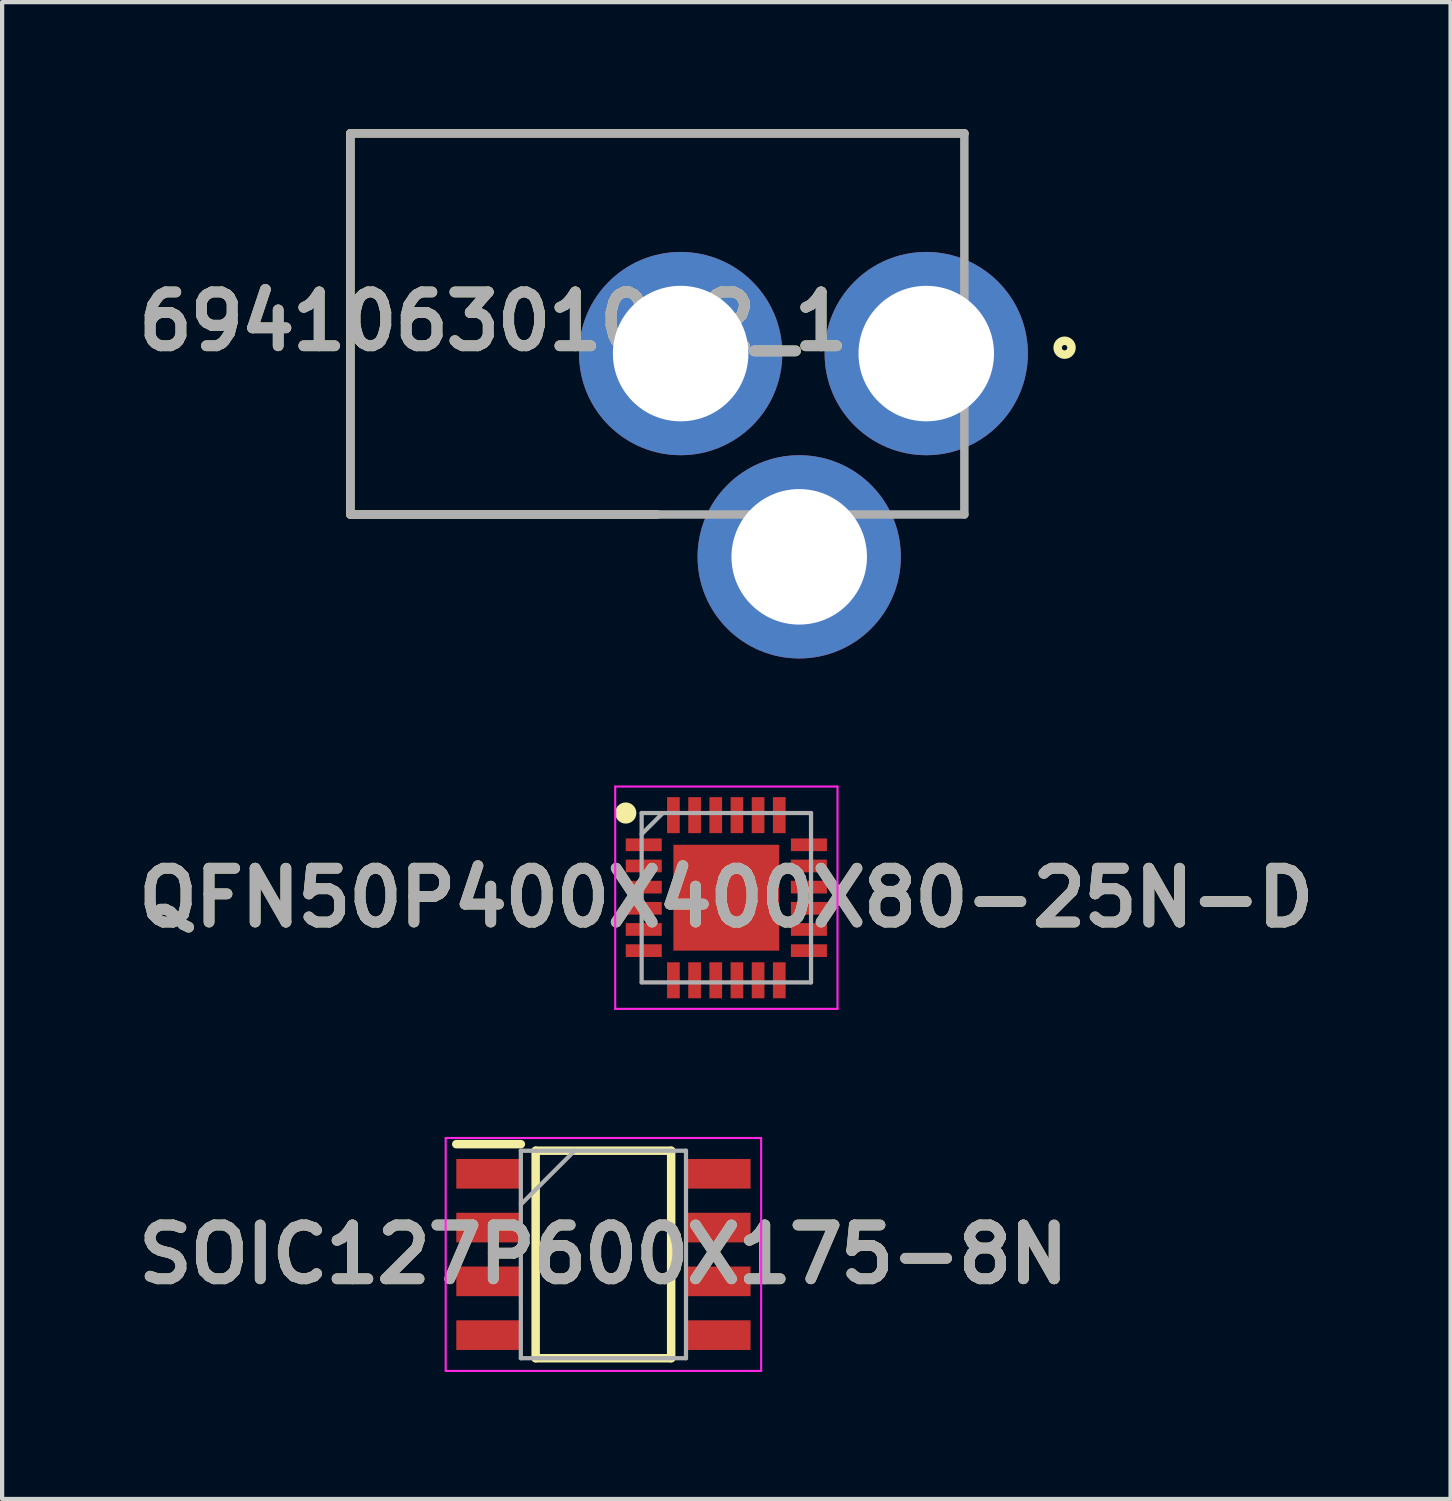
<source format=kicad_pcb>
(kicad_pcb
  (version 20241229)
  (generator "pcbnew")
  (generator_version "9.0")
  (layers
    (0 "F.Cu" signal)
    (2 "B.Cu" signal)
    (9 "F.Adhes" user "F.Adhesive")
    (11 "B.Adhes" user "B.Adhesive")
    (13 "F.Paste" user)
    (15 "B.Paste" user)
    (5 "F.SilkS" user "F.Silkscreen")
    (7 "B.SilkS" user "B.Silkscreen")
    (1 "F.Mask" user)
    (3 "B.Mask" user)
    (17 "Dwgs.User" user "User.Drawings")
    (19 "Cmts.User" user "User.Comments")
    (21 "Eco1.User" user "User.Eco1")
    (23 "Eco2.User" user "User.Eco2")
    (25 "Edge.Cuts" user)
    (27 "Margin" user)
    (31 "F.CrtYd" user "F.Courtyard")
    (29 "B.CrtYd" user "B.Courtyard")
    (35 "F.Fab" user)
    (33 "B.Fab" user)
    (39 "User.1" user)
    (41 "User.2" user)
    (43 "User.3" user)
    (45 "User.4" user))
  (footprint "QFN50P400X400X80-25N-D"
    (layer "F.Cu")
    (at 14.103 18.15)
    (property "Reference" "QFN50P400X400X80-25N-D" (at 0 0 0) (layer "F.SilkS") (effects (font (size 1.27 1.27) (thickness 0.254))))
    (attr smd)
    (fp_circle (center -2.375 -2) (end -2.375 -1.875) (stroke (width 0.25) (type solid)) (fill no) (layer "F.SilkS"))
    (fp_line (start -2.625 -2.625) (end 2.625 -2.625) (stroke (width 0.05) (type solid)) (layer "F.CrtYd"))
    (fp_line (start -2.625 2.625) (end -2.625 -2.625) (stroke (width 0.05) (type solid)) (layer "F.CrtYd"))
    (fp_line (start 2.625 -2.625) (end 2.625 2.625) (stroke (width 0.05) (type solid)) (layer "F.CrtYd"))
    (fp_line (start 2.625 2.625) (end -2.625 2.625) (stroke (width 0.05) (type solid)) (layer "F.CrtYd"))
    (fp_line (start -2 -2) (end 2 -2) (stroke (width 0.1) (type solid)) (layer "F.Fab"))
    (fp_line (start -2 -1.5) (end -1.5 -2) (stroke (width 0.1) (type solid)) (layer "F.Fab"))
    (fp_line (start -2 2) (end -2 -2) (stroke (width 0.1) (type solid)) (layer "F.Fab"))
    (fp_line (start 2 -2) (end 2 2) (stroke (width 0.1) (type solid)) (layer "F.Fab"))
    (fp_line (start 2 2) (end -2 2) (stroke (width 0.1) (type solid)) (layer "F.Fab"))
    (fp_text user "${REFERENCE}" (at 0 0 0) (layer "F.Fab") (effects (font (size 1.27 1.27) (thickness 0.254))))
    (pad "1" smd rect (at -1.95 -1.25 90) (size 0.3 0.85) (layers "F.Cu" "F.Mask" "F.Paste"))
    (pad "2" smd rect (at -1.95 -0.75 90) (size 0.3 0.85) (layers "F.Cu" "F.Mask" "F.Paste"))
    (pad "3" smd rect (at -1.95 -0.25 90) (size 0.3 0.85) (layers "F.Cu" "F.Mask" "F.Paste"))
    (pad "4" smd rect (at -1.95 0.25 90) (size 0.3 0.85) (layers "F.Cu" "F.Mask" "F.Paste"))
    (pad "5" smd rect (at -1.95 0.75 90) (size 0.3 0.85) (layers "F.Cu" "F.Mask" "F.Paste"))
    (pad "6" smd rect (at -1.95 1.25 90) (size 0.3 0.85) (layers "F.Cu" "F.Mask" "F.Paste"))
    (pad "7" smd rect (at -1.25 1.95) (size 0.3 0.85) (layers "F.Cu" "F.Mask" "F.Paste"))
    (pad "8" smd rect (at -0.75 1.95) (size 0.3 0.85) (layers "F.Cu" "F.Mask" "F.Paste"))
    (pad "9" smd rect (at -0.25 1.95) (size 0.3 0.85) (layers "F.Cu" "F.Mask" "F.Paste"))
    (pad "10" smd rect (at 0.25 1.95) (size 0.3 0.85) (layers "F.Cu" "F.Mask" "F.Paste"))
    (pad "11" smd rect (at 0.75 1.95) (size 0.3 0.85) (layers "F.Cu" "F.Mask" "F.Paste"))
    (pad "12" smd rect (at 1.25 1.95) (size 0.3 0.85) (layers "F.Cu" "F.Mask" "F.Paste"))
    (pad "13" smd rect (at 1.95 1.25 90) (size 0.3 0.85) (layers "F.Cu" "F.Mask" "F.Paste"))
    (pad "14" smd rect (at 1.95 0.75 90) (size 0.3 0.85) (layers "F.Cu" "F.Mask" "F.Paste"))
    (pad "15" smd rect (at 1.95 0.25 90) (size 0.3 0.85) (layers "F.Cu" "F.Mask" "F.Paste"))
    (pad "16" smd rect (at 1.95 -0.25 90) (size 0.3 0.85) (layers "F.Cu" "F.Mask" "F.Paste"))
    (pad "17" smd rect (at 1.95 -0.75 90) (size 0.3 0.85) (layers "F.Cu" "F.Mask" "F.Paste"))
    (pad "18" smd rect (at 1.95 -1.25 90) (size 0.3 0.85) (layers "F.Cu" "F.Mask" "F.Paste"))
    (pad "19" smd rect (at 1.25 -1.95) (size 0.3 0.85) (layers "F.Cu" "F.Mask" "F.Paste"))
    (pad "20" smd rect (at 0.75 -1.95) (size 0.3 0.85) (layers "F.Cu" "F.Mask" "F.Paste"))
    (pad "21" smd rect (at 0.25 -1.95) (size 0.3 0.85) (layers "F.Cu" "F.Mask" "F.Paste"))
    (pad "22" smd rect (at -0.25 -1.95) (size 0.3 0.85) (layers "F.Cu" "F.Mask" "F.Paste"))
    (pad "23" smd rect (at -0.75 -1.95) (size 0.3 0.85) (layers "F.Cu" "F.Mask" "F.Paste"))
    (pad "24" smd rect (at -1.25 -1.95) (size 0.3 0.85) (layers "F.Cu" "F.Mask" "F.Paste"))
    (pad "25" smd rect (at 0 0) (size 2.5 2.5) (layers "F.Cu" "F.Mask" "F.Paste")))
  (footprint "694106301002_1"
    (layer "F.Cu")
    (at 5.224 9.1)
    (property "Reference" "694106301002_1" (at 3.376 -4.559 0) (layer "F.SilkS") (effects (font (size 1.27 1.27) (thickness 0.254))))
    (attr through_hole)
    (fp_line (start 0 -9) (end 14.5 -9) (stroke (width 0.2) (type solid)) (layer "F.SilkS"))
    (fp_line (start 0 0) (end 0 -9) (stroke (width 0.2) (type solid)) (layer "F.SilkS"))
    (fp_line (start 7.25 0) (end 0 0) (stroke (width 0.2) (type solid)) (layer "F.SilkS"))
    (fp_circle (center 16.867 -3.939) (end 16.867 -3.875) (stroke (width 0.2) (type solid)) (fill no) (layer "F.SilkS"))
    (fp_line (start 0 -9) (end 14.5 -9) (stroke (width 0.2) (type solid)) (layer "F.Fab"))
    (fp_line (start 0 0) (end 0 -9) (stroke (width 0.2) (type solid)) (layer "F.Fab"))
    (fp_line (start 14.5 -9) (end 14.5 0) (stroke (width 0.2) (type solid)) (layer "F.Fab"))
    (fp_line (start 14.5 0) (end 0 0) (stroke (width 0.2) (type solid)) (layer "F.Fab"))
    (fp_text user "${REFERENCE}" (at 3.376 -4.559 0) (layer "F.Fab") (effects (font (size 1.27 1.27) (thickness 0.254))))
    (pad "1" thru_hole circle (at 13.6 -3.8) (size 4.8 4.8) (drill 3.2) (layers "*.Cu" "*.Mask"))
    (pad "2" thru_hole circle (at 7.8 -3.8) (size 4.8 4.8) (drill 3.2) (layers "*.Cu" "*.Mask"))
    (pad "3" thru_hole circle (at 10.6 1) (size 4.8 4.8) (drill 3.2) (layers "*.Cu" "*.Mask")))
  (footprint "SOIC127P600X175-8N"
    (layer "F.Cu")
    (at 11.2 26.575)
    (property "Reference" "SOIC127P600X175-8N" (at 0 0 0) (layer "F.SilkS") (effects (font (size 1.27 1.27) (thickness 0.254))))
    (attr smd)
    (fp_line (start -3.475 -2.605) (end -1.95 -2.605) (stroke (width 0.2) (type solid)) (layer "F.SilkS"))
    (fp_line (start -1.6 -2.45) (end 1.6 -2.45) (stroke (width 0.2) (type solid)) (layer "F.SilkS"))
    (fp_line (start -1.6 2.45) (end -1.6 -2.45) (stroke (width 0.2) (type solid)) (layer "F.SilkS"))
    (fp_line (start 1.6 -2.45) (end 1.6 2.45) (stroke (width 0.2) (type solid)) (layer "F.SilkS"))
    (fp_line (start 1.6 2.45) (end -1.6 2.45) (stroke (width 0.2) (type solid)) (layer "F.SilkS"))
    (fp_line (start -3.725 -2.75) (end 3.725 -2.75) (stroke (width 0.05) (type solid)) (layer "F.CrtYd"))
    (fp_line (start -3.725 2.75) (end -3.725 -2.75) (stroke (width 0.05) (type solid)) (layer "F.CrtYd"))
    (fp_line (start 3.725 -2.75) (end 3.725 2.75) (stroke (width 0.05) (type solid)) (layer "F.CrtYd"))
    (fp_line (start 3.725 2.75) (end -3.725 2.75) (stroke (width 0.05) (type solid)) (layer "F.CrtYd"))
    (fp_line (start -1.95 -2.45) (end 1.95 -2.45) (stroke (width 0.1) (type solid)) (layer "F.Fab"))
    (fp_line (start -1.95 -1.18) (end -0.68 -2.45) (stroke (width 0.1) (type solid)) (layer "F.Fab"))
    (fp_line (start -1.95 2.45) (end -1.95 -2.45) (stroke (width 0.1) (type solid)) (layer "F.Fab"))
    (fp_line (start 1.95 -2.45) (end 1.95 2.45) (stroke (width 0.1) (type solid)) (layer "F.Fab"))
    (fp_line (start 1.95 2.45) (end -1.95 2.45) (stroke (width 0.1) (type solid)) (layer "F.Fab"))
    (fp_text user "${REFERENCE}" (at 0 0 0) (layer "F.Fab") (effects (font (size 1.27 1.27) (thickness 0.254))))
    (pad "1" smd rect (at -2.712 -1.905 90) (size 0.7 1.525) (layers "F.Cu" "F.Mask" "F.Paste"))
    (pad "2" smd rect (at -2.712 -0.635 90) (size 0.7 1.525) (layers "F.Cu" "F.Mask" "F.Paste"))
    (pad "3" smd rect (at -2.712 0.635 90) (size 0.7 1.525) (layers "F.Cu" "F.Mask" "F.Paste"))
    (pad "4" smd rect (at -2.712 1.905 90) (size 0.7 1.525) (layers "F.Cu" "F.Mask" "F.Paste"))
    (pad "5" smd rect (at 2.712 1.905 90) (size 0.7 1.525) (layers "F.Cu" "F.Mask" "F.Paste"))
    (pad "6" smd rect (at 2.712 0.635 90) (size 0.7 1.525) (layers "F.Cu" "F.Mask" "F.Paste"))
    (pad "7" smd rect (at 2.712 -0.635 90) (size 0.7 1.525) (layers "F.Cu" "F.Mask" "F.Paste"))
    (pad "8" smd rect (at 2.712 -1.905 90) (size 0.7 1.525) (layers "F.Cu" "F.Mask" "F.Paste")))
  (gr_rect
    (start -3 -3)
    (end 31.206 32.35)
    (stroke (width 0.1) (type default))
    (fill no)
    (layer "Edge.Cuts")))
</source>
